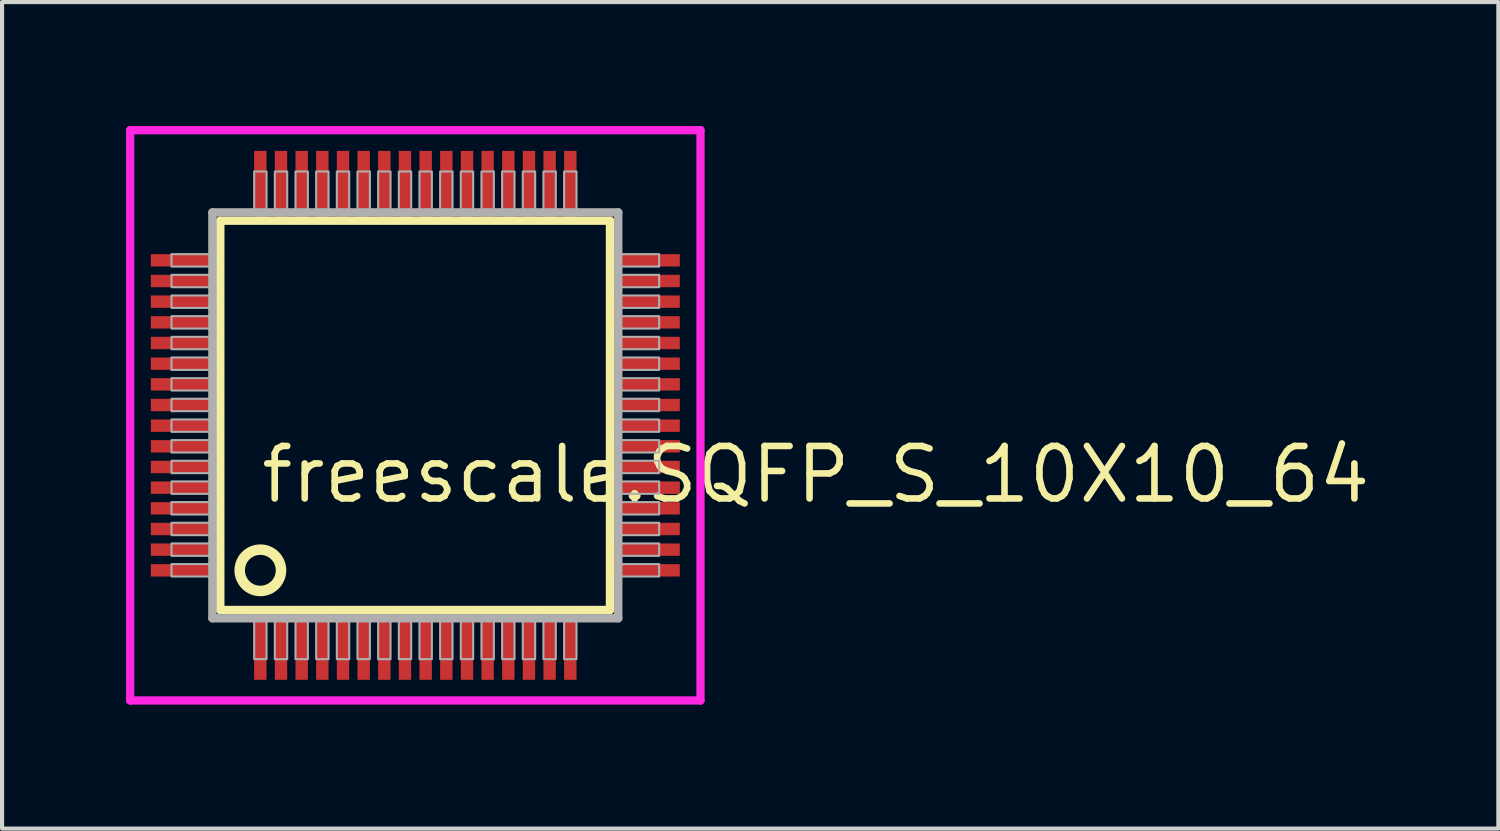
<source format=kicad_pcb>
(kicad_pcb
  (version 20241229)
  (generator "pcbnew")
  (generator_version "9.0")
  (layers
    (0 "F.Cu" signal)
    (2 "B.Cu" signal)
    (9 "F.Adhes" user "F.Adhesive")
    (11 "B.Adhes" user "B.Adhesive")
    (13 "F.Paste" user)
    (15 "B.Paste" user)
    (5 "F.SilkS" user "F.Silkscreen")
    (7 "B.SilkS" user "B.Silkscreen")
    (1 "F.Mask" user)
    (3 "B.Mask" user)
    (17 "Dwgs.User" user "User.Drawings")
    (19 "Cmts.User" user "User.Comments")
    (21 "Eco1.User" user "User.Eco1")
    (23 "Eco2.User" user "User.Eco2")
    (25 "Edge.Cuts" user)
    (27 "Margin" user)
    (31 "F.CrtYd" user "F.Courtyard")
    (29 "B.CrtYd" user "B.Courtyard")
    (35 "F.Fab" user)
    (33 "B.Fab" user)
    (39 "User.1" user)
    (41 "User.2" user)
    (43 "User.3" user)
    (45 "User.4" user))
  (footprint "freescale.SQFP_S_10X10_64"
    (layer "F.Cu")
    (at 7 7)
    (property "Reference" "freescale.SQFP_S_10X10_64" (at -3.81 2.175 0) (layer "F.SilkS") (effects (font (size 1.27 1.27) (thickness 0.16)) (justify left bottom)))
    (attr smd)
    (fp_line (start -4.72 -4.71) (end 4.71 -4.71) (stroke (width 0.203) (type default)) (layer "F.SilkS"))
    (fp_line (start -4.72 4.71) (end -4.72 -4.71) (stroke (width 0.203) (type default)) (layer "F.SilkS"))
    (fp_line (start 4.71 -4.71) (end 4.71 4.71) (stroke (width 0.203) (type default)) (layer "F.SilkS"))
    (fp_line (start 4.71 4.71) (end -4.72 4.71) (stroke (width 0.203) (type default)) (layer "F.SilkS"))
    (fp_circle (center -3.75 3.75) (end -3.25 3.75) (stroke (width 0.254) (type default)) (fill no) (layer "F.SilkS"))
    (fp_line (start -6.9 -6.9) (end 6.9 -6.9) (stroke (width 0.2) (type default)) (layer "F.CrtYd"))
    (fp_line (start -6.9 6.9) (end -6.9 -6.9) (stroke (width 0.2) (type default)) (layer "F.CrtYd"))
    (fp_line (start 6.9 -6.9) (end 6.9 6.9) (stroke (width 0.2) (type default)) (layer "F.CrtYd"))
    (fp_line (start 6.9 6.9) (end -6.9 6.9) (stroke (width 0.2) (type default)) (layer "F.CrtYd"))
    (fp_line (start -4.91 -4.91) (end -4.91 4.91) (stroke (width 0.203) (type default)) (layer "F.Fab"))
    (fp_line (start -4.91 4.91) (end 4.91 4.91) (stroke (width 0.203) (type default)) (layer "F.Fab"))
    (fp_line (start 4.91 -4.91) (end -4.91 -4.91) (stroke (width 0.203) (type default)) (layer "F.Fab"))
    (fp_line (start 4.91 4.91) (end 4.91 -4.91) (stroke (width 0.203) (type default)) (layer "F.Fab"))
    (fp_rect (start -5.9 -3.6) (end -4.95 -3.9) (stroke (width 0.05) (type default)) (fill no) (layer "F.Fab"))
    (fp_rect (start -5.9 -3.1) (end -4.95 -3.4) (stroke (width 0.05) (type default)) (fill no) (layer "F.Fab"))
    (fp_rect (start -5.9 -2.6) (end -4.95 -2.9) (stroke (width 0.05) (type default)) (fill no) (layer "F.Fab"))
    (fp_rect (start -5.9 -2.1) (end -4.95 -2.4) (stroke (width 0.05) (type default)) (fill no) (layer "F.Fab"))
    (fp_rect (start -5.9 -1.6) (end -4.95 -1.9) (stroke (width 0.05) (type default)) (fill no) (layer "F.Fab"))
    (fp_rect (start -5.9 -1.1) (end -4.95 -1.4) (stroke (width 0.05) (type default)) (fill no) (layer "F.Fab"))
    (fp_rect (start -5.9 -0.6) (end -4.95 -0.9) (stroke (width 0.05) (type default)) (fill no) (layer "F.Fab"))
    (fp_rect (start -5.9 -0.1) (end -4.95 -0.4) (stroke (width 0.05) (type default)) (fill no) (layer "F.Fab"))
    (fp_rect (start -5.9 0.4) (end -4.95 0.1) (stroke (width 0.05) (type default)) (fill no) (layer "F.Fab"))
    (fp_rect (start -5.9 0.9) (end -4.95 0.6) (stroke (width 0.05) (type default)) (fill no) (layer "F.Fab"))
    (fp_rect (start -5.9 1.4) (end -4.95 1.1) (stroke (width 0.05) (type default)) (fill no) (layer "F.Fab"))
    (fp_rect (start -5.9 1.9) (end -4.95 1.6) (stroke (width 0.05) (type default)) (fill no) (layer "F.Fab"))
    (fp_rect (start -5.9 2.4) (end -4.95 2.1) (stroke (width 0.05) (type default)) (fill no) (layer "F.Fab"))
    (fp_rect (start -5.9 2.9) (end -4.95 2.6) (stroke (width 0.05) (type default)) (fill no) (layer "F.Fab"))
    (fp_rect (start -5.9 3.4) (end -4.95 3.1) (stroke (width 0.05) (type default)) (fill no) (layer "F.Fab"))
    (fp_rect (start -5.9 3.9) (end -4.95 3.6) (stroke (width 0.05) (type default)) (fill no) (layer "F.Fab"))
    (fp_rect (start -3.9 -4.95) (end -3.6 -5.9) (stroke (width 0.05) (type default)) (fill no) (layer "F.Fab"))
    (fp_rect (start -3.9 5.9) (end -3.6 4.95) (stroke (width 0.05) (type default)) (fill no) (layer "F.Fab"))
    (fp_rect (start -3.4 -4.95) (end -3.1 -5.9) (stroke (width 0.05) (type default)) (fill no) (layer "F.Fab"))
    (fp_rect (start -3.4 5.9) (end -3.1 4.95) (stroke (width 0.05) (type default)) (fill no) (layer "F.Fab"))
    (fp_rect (start -2.9 -4.95) (end -2.6 -5.9) (stroke (width 0.05) (type default)) (fill no) (layer "F.Fab"))
    (fp_rect (start -2.9 5.9) (end -2.6 4.95) (stroke (width 0.05) (type default)) (fill no) (layer "F.Fab"))
    (fp_rect (start -2.4 -4.95) (end -2.1 -5.9) (stroke (width 0.05) (type default)) (fill no) (layer "F.Fab"))
    (fp_rect (start -2.4 5.9) (end -2.1 4.95) (stroke (width 0.05) (type default)) (fill no) (layer "F.Fab"))
    (fp_rect (start -1.9 -4.95) (end -1.6 -5.9) (stroke (width 0.05) (type default)) (fill no) (layer "F.Fab"))
    (fp_rect (start -1.9 5.9) (end -1.6 4.95) (stroke (width 0.05) (type default)) (fill no) (layer "F.Fab"))
    (fp_rect (start -1.4 -4.95) (end -1.1 -5.9) (stroke (width 0.05) (type default)) (fill no) (layer "F.Fab"))
    (fp_rect (start -1.4 5.9) (end -1.1 4.95) (stroke (width 0.05) (type default)) (fill no) (layer "F.Fab"))
    (fp_rect (start -0.9 -4.95) (end -0.6 -5.9) (stroke (width 0.05) (type default)) (fill no) (layer "F.Fab"))
    (fp_rect (start -0.9 5.9) (end -0.6 4.95) (stroke (width 0.05) (type default)) (fill no) (layer "F.Fab"))
    (fp_rect (start -0.4 -4.95) (end -0.1 -5.9) (stroke (width 0.05) (type default)) (fill no) (layer "F.Fab"))
    (fp_rect (start -0.4 5.9) (end -0.1 4.95) (stroke (width 0.05) (type default)) (fill no) (layer "F.Fab"))
    (fp_rect (start 0.1 -4.95) (end 0.4 -5.9) (stroke (width 0.05) (type default)) (fill no) (layer "F.Fab"))
    (fp_rect (start 0.1 5.9) (end 0.4 4.95) (stroke (width 0.05) (type default)) (fill no) (layer "F.Fab"))
    (fp_rect (start 0.6 -4.95) (end 0.9 -5.9) (stroke (width 0.05) (type default)) (fill no) (layer "F.Fab"))
    (fp_rect (start 0.6 5.9) (end 0.9 4.95) (stroke (width 0.05) (type default)) (fill no) (layer "F.Fab"))
    (fp_rect (start 1.1 -4.95) (end 1.4 -5.9) (stroke (width 0.05) (type default)) (fill no) (layer "F.Fab"))
    (fp_rect (start 1.1 5.9) (end 1.4 4.95) (stroke (width 0.05) (type default)) (fill no) (layer "F.Fab"))
    (fp_rect (start 1.6 -4.95) (end 1.9 -5.9) (stroke (width 0.05) (type default)) (fill no) (layer "F.Fab"))
    (fp_rect (start 1.6 5.9) (end 1.9 4.95) (stroke (width 0.05) (type default)) (fill no) (layer "F.Fab"))
    (fp_rect (start 2.1 -4.95) (end 2.4 -5.9) (stroke (width 0.05) (type default)) (fill no) (layer "F.Fab"))
    (fp_rect (start 2.1 5.9) (end 2.4 4.95) (stroke (width 0.05) (type default)) (fill no) (layer "F.Fab"))
    (fp_rect (start 2.6 -4.95) (end 2.9 -5.9) (stroke (width 0.05) (type default)) (fill no) (layer "F.Fab"))
    (fp_rect (start 2.6 5.9) (end 2.9 4.95) (stroke (width 0.05) (type default)) (fill no) (layer "F.Fab"))
    (fp_rect (start 3.1 -4.95) (end 3.4 -5.9) (stroke (width 0.05) (type default)) (fill no) (layer "F.Fab"))
    (fp_rect (start 3.1 5.9) (end 3.4 4.95) (stroke (width 0.05) (type default)) (fill no) (layer "F.Fab"))
    (fp_rect (start 3.6 -4.95) (end 3.9 -5.9) (stroke (width 0.05) (type default)) (fill no) (layer "F.Fab"))
    (fp_rect (start 3.6 5.9) (end 3.9 4.95) (stroke (width 0.05) (type default)) (fill no) (layer "F.Fab"))
    (fp_rect (start 4.95 -3.6) (end 5.9 -3.9) (stroke (width 0.05) (type default)) (fill no) (layer "F.Fab"))
    (fp_rect (start 4.95 -3.1) (end 5.9 -3.4) (stroke (width 0.05) (type default)) (fill no) (layer "F.Fab"))
    (fp_rect (start 4.95 -2.6) (end 5.9 -2.9) (stroke (width 0.05) (type default)) (fill no) (layer "F.Fab"))
    (fp_rect (start 4.95 -2.1) (end 5.9 -2.4) (stroke (width 0.05) (type default)) (fill no) (layer "F.Fab"))
    (fp_rect (start 4.95 -1.6) (end 5.9 -1.9) (stroke (width 0.05) (type default)) (fill no) (layer "F.Fab"))
    (fp_rect (start 4.95 -1.1) (end 5.9 -1.4) (stroke (width 0.05) (type default)) (fill no) (layer "F.Fab"))
    (fp_rect (start 4.95 -0.6) (end 5.9 -0.9) (stroke (width 0.05) (type default)) (fill no) (layer "F.Fab"))
    (fp_rect (start 4.95 -0.1) (end 5.9 -0.4) (stroke (width 0.05) (type default)) (fill no) (layer "F.Fab"))
    (fp_rect (start 4.95 0.4) (end 5.9 0.1) (stroke (width 0.05) (type default)) (fill no) (layer "F.Fab"))
    (fp_rect (start 4.95 0.9) (end 5.9 0.6) (stroke (width 0.05) (type default)) (fill no) (layer "F.Fab"))
    (fp_rect (start 4.95 1.4) (end 5.9 1.1) (stroke (width 0.05) (type default)) (fill no) (layer "F.Fab"))
    (fp_rect (start 4.95 1.9) (end 5.9 1.6) (stroke (width 0.05) (type default)) (fill no) (layer "F.Fab"))
    (fp_rect (start 4.95 2.4) (end 5.9 2.1) (stroke (width 0.05) (type default)) (fill no) (layer "F.Fab"))
    (fp_rect (start 4.95 2.9) (end 5.9 2.6) (stroke (width 0.05) (type default)) (fill no) (layer "F.Fab"))
    (fp_rect (start 4.95 3.4) (end 5.9 3.1) (stroke (width 0.05) (type default)) (fill no) (layer "F.Fab"))
    (fp_rect (start 4.95 3.9) (end 5.9 3.6) (stroke (width 0.05) (type default)) (fill no) (layer "F.Fab"))
    (pad "1" smd roundrect (at -3.75 5.6) (size 0.3 1.6) (layers "F.Cu" "F.Mask" "F.Paste") (roundrect_rratio 0.01))
    (pad "2" smd roundrect (at -3.25 5.6) (size 0.3 1.6) (layers "F.Cu" "F.Mask" "F.Paste") (roundrect_rratio 0.01))
    (pad "3" smd roundrect (at -2.75 5.6) (size 0.3 1.6) (layers "F.Cu" "F.Mask" "F.Paste") (roundrect_rratio 0.01))
    (pad "4" smd roundrect (at -2.25 5.6) (size 0.3 1.6) (layers "F.Cu" "F.Mask" "F.Paste") (roundrect_rratio 0.01))
    (pad "5" smd roundrect (at -1.75 5.6) (size 0.3 1.6) (layers "F.Cu" "F.Mask" "F.Paste") (roundrect_rratio 0.01))
    (pad "6" smd roundrect (at -1.25 5.6) (size 0.3 1.6) (layers "F.Cu" "F.Mask" "F.Paste") (roundrect_rratio 0.01))
    (pad "7" smd roundrect (at -0.75 5.6) (size 0.3 1.6) (layers "F.Cu" "F.Mask" "F.Paste") (roundrect_rratio 0.01))
    (pad "8" smd roundrect (at -0.25 5.6) (size 0.3 1.6) (layers "F.Cu" "F.Mask" "F.Paste") (roundrect_rratio 0.01))
    (pad "9" smd roundrect (at 0.25 5.6) (size 0.3 1.6) (layers "F.Cu" "F.Mask" "F.Paste") (roundrect_rratio 0.01))
    (pad "10" smd roundrect (at 0.75 5.6) (size 0.3 1.6) (layers "F.Cu" "F.Mask" "F.Paste") (roundrect_rratio 0.01))
    (pad "11" smd roundrect (at 1.25 5.6) (size 0.3 1.6) (layers "F.Cu" "F.Mask" "F.Paste") (roundrect_rratio 0.01))
    (pad "12" smd roundrect (at 1.75 5.6) (size 0.3 1.6) (layers "F.Cu" "F.Mask" "F.Paste") (roundrect_rratio 0.01))
    (pad "13" smd roundrect (at 2.25 5.6) (size 0.3 1.6) (layers "F.Cu" "F.Mask" "F.Paste") (roundrect_rratio 0.01))
    (pad "14" smd roundrect (at 2.75 5.6) (size 0.3 1.6) (layers "F.Cu" "F.Mask" "F.Paste") (roundrect_rratio 0.01))
    (pad "15" smd roundrect (at 3.25 5.6) (size 0.3 1.6) (layers "F.Cu" "F.Mask" "F.Paste") (roundrect_rratio 0.01))
    (pad "16" smd roundrect (at 3.75 5.6) (size 0.3 1.6) (layers "F.Cu" "F.Mask" "F.Paste") (roundrect_rratio 0.01))
    (pad "17" smd roundrect (at 5.6 3.75) (size 1.6 0.3) (layers "F.Cu" "F.Mask" "F.Paste") (roundrect_rratio 0.01))
    (pad "18" smd roundrect (at 5.6 3.25) (size 1.6 0.3) (layers "F.Cu" "F.Mask" "F.Paste") (roundrect_rratio 0.01))
    (pad "19" smd roundrect (at 5.6 2.75) (size 1.6 0.3) (layers "F.Cu" "F.Mask" "F.Paste") (roundrect_rratio 0.01))
    (pad "20" smd roundrect (at 5.6 2.25) (size 1.6 0.3) (layers "F.Cu" "F.Mask" "F.Paste") (roundrect_rratio 0.01))
    (pad "21" smd roundrect (at 5.6 1.75) (size 1.6 0.3) (layers "F.Cu" "F.Mask" "F.Paste") (roundrect_rratio 0.01))
    (pad "22" smd roundrect (at 5.6 1.25) (size 1.6 0.3) (layers "F.Cu" "F.Mask" "F.Paste") (roundrect_rratio 0.01))
    (pad "23" smd roundrect (at 5.6 0.75) (size 1.6 0.3) (layers "F.Cu" "F.Mask" "F.Paste") (roundrect_rratio 0.01))
    (pad "24" smd roundrect (at 5.6 0.25) (size 1.6 0.3) (layers "F.Cu" "F.Mask" "F.Paste") (roundrect_rratio 0.01))
    (pad "25" smd roundrect (at 5.6 -0.25) (size 1.6 0.3) (layers "F.Cu" "F.Mask" "F.Paste") (roundrect_rratio 0.01))
    (pad "26" smd roundrect (at 5.6 -0.75) (size 1.6 0.3) (layers "F.Cu" "F.Mask" "F.Paste") (roundrect_rratio 0.01))
    (pad "27" smd roundrect (at 5.6 -1.25) (size 1.6 0.3) (layers "F.Cu" "F.Mask" "F.Paste") (roundrect_rratio 0.01))
    (pad "28" smd roundrect (at 5.6 -1.75) (size 1.6 0.3) (layers "F.Cu" "F.Mask" "F.Paste") (roundrect_rratio 0.01))
    (pad "29" smd roundrect (at 5.6 -2.25) (size 1.6 0.3) (layers "F.Cu" "F.Mask" "F.Paste") (roundrect_rratio 0.01))
    (pad "30" smd roundrect (at 5.6 -2.75) (size 1.6 0.3) (layers "F.Cu" "F.Mask" "F.Paste") (roundrect_rratio 0.01))
    (pad "31" smd roundrect (at 5.6 -3.25) (size 1.6 0.3) (layers "F.Cu" "F.Mask" "F.Paste") (roundrect_rratio 0.01))
    (pad "32" smd roundrect (at 5.6 -3.75) (size 1.6 0.3) (layers "F.Cu" "F.Mask" "F.Paste") (roundrect_rratio 0.01))
    (pad "33" smd roundrect (at 3.75 -5.6) (size 0.3 1.6) (layers "F.Cu" "F.Mask" "F.Paste") (roundrect_rratio 0.01))
    (pad "34" smd roundrect (at 3.25 -5.6) (size 0.3 1.6) (layers "F.Cu" "F.Mask" "F.Paste") (roundrect_rratio 0.01))
    (pad "35" smd roundrect (at 2.75 -5.6) (size 0.3 1.6) (layers "F.Cu" "F.Mask" "F.Paste") (roundrect_rratio 0.01))
    (pad "36" smd roundrect (at 2.25 -5.6) (size 0.3 1.6) (layers "F.Cu" "F.Mask" "F.Paste") (roundrect_rratio 0.01))
    (pad "37" smd roundrect (at 1.75 -5.6) (size 0.3 1.6) (layers "F.Cu" "F.Mask" "F.Paste") (roundrect_rratio 0.01))
    (pad "38" smd roundrect (at 1.25 -5.6) (size 0.3 1.6) (layers "F.Cu" "F.Mask" "F.Paste") (roundrect_rratio 0.01))
    (pad "39" smd roundrect (at 0.75 -5.6) (size 0.3 1.6) (layers "F.Cu" "F.Mask" "F.Paste") (roundrect_rratio 0.01))
    (pad "40" smd roundrect (at 0.25 -5.6) (size 0.3 1.6) (layers "F.Cu" "F.Mask" "F.Paste") (roundrect_rratio 0.01))
    (pad "41" smd roundrect (at -0.25 -5.6) (size 0.3 1.6) (layers "F.Cu" "F.Mask" "F.Paste") (roundrect_rratio 0.01))
    (pad "42" smd roundrect (at -0.75 -5.6) (size 0.3 1.6) (layers "F.Cu" "F.Mask" "F.Paste") (roundrect_rratio 0.01))
    (pad "43" smd roundrect (at -1.25 -5.6) (size 0.3 1.6) (layers "F.Cu" "F.Mask" "F.Paste") (roundrect_rratio 0.01))
    (pad "44" smd roundrect (at -1.75 -5.6) (size 0.3 1.6) (layers "F.Cu" "F.Mask" "F.Paste") (roundrect_rratio 0.01))
    (pad "45" smd roundrect (at -2.25 -5.6) (size 0.3 1.6) (layers "F.Cu" "F.Mask" "F.Paste") (roundrect_rratio 0.01))
    (pad "46" smd roundrect (at -2.75 -5.6) (size 0.3 1.6) (layers "F.Cu" "F.Mask" "F.Paste") (roundrect_rratio 0.01))
    (pad "47" smd roundrect (at -3.25 -5.6) (size 0.3 1.6) (layers "F.Cu" "F.Mask" "F.Paste") (roundrect_rratio 0.01))
    (pad "48" smd roundrect (at -3.75 -5.6) (size 0.3 1.6) (layers "F.Cu" "F.Mask" "F.Paste") (roundrect_rratio 0.01))
    (pad "49" smd roundrect (at -5.6 -3.75) (size 1.6 0.3) (layers "F.Cu" "F.Mask" "F.Paste") (roundrect_rratio 0.01))
    (pad "50" smd roundrect (at -5.6 -3.25) (size 1.6 0.3) (layers "F.Cu" "F.Mask" "F.Paste") (roundrect_rratio 0.01))
    (pad "51" smd roundrect (at -5.6 -2.75) (size 1.6 0.3) (layers "F.Cu" "F.Mask" "F.Paste") (roundrect_rratio 0.01))
    (pad "52" smd roundrect (at -5.6 -2.25) (size 1.6 0.3) (layers "F.Cu" "F.Mask" "F.Paste") (roundrect_rratio 0.01))
    (pad "53" smd roundrect (at -5.6 -1.75) (size 1.6 0.3) (layers "F.Cu" "F.Mask" "F.Paste") (roundrect_rratio 0.01))
    (pad "54" smd roundrect (at -5.6 -1.25) (size 1.6 0.3) (layers "F.Cu" "F.Mask" "F.Paste") (roundrect_rratio 0.01))
    (pad "55" smd roundrect (at -5.6 -0.75) (size 1.6 0.3) (layers "F.Cu" "F.Mask" "F.Paste") (roundrect_rratio 0.01))
    (pad "56" smd roundrect (at -5.6 -0.25) (size 1.6 0.3) (layers "F.Cu" "F.Mask" "F.Paste") (roundrect_rratio 0.01))
    (pad "57" smd roundrect (at -5.6 0.25) (size 1.6 0.3) (layers "F.Cu" "F.Mask" "F.Paste") (roundrect_rratio 0.01))
    (pad "58" smd roundrect (at -5.6 0.75) (size 1.6 0.3) (layers "F.Cu" "F.Mask" "F.Paste") (roundrect_rratio 0.01))
    (pad "59" smd roundrect (at -5.6 1.25) (size 1.6 0.3) (layers "F.Cu" "F.Mask" "F.Paste") (roundrect_rratio 0.01))
    (pad "60" smd roundrect (at -5.6 1.75) (size 1.6 0.3) (layers "F.Cu" "F.Mask" "F.Paste") (roundrect_rratio 0.01))
    (pad "61" smd roundrect (at -5.6 2.25) (size 1.6 0.3) (layers "F.Cu" "F.Mask" "F.Paste") (roundrect_rratio 0.01))
    (pad "62" smd roundrect (at -5.6 2.75) (size 1.6 0.3) (layers "F.Cu" "F.Mask" "F.Paste") (roundrect_rratio 0.01))
    (pad "63" smd roundrect (at -5.6 3.25) (size 1.6 0.3) (layers "F.Cu" "F.Mask" "F.Paste") (roundrect_rratio 0.01))
    (pad "64" smd roundrect (at -5.6 3.75) (size 1.6 0.3) (layers "F.Cu" "F.Mask" "F.Paste") (roundrect_rratio 0.01)))
  (gr_rect
    (start -3 -3)
    (end 33.207 17)
    (stroke (width 0.1) (type default))
    (fill no)
    (layer "Edge.Cuts")))
</source>
